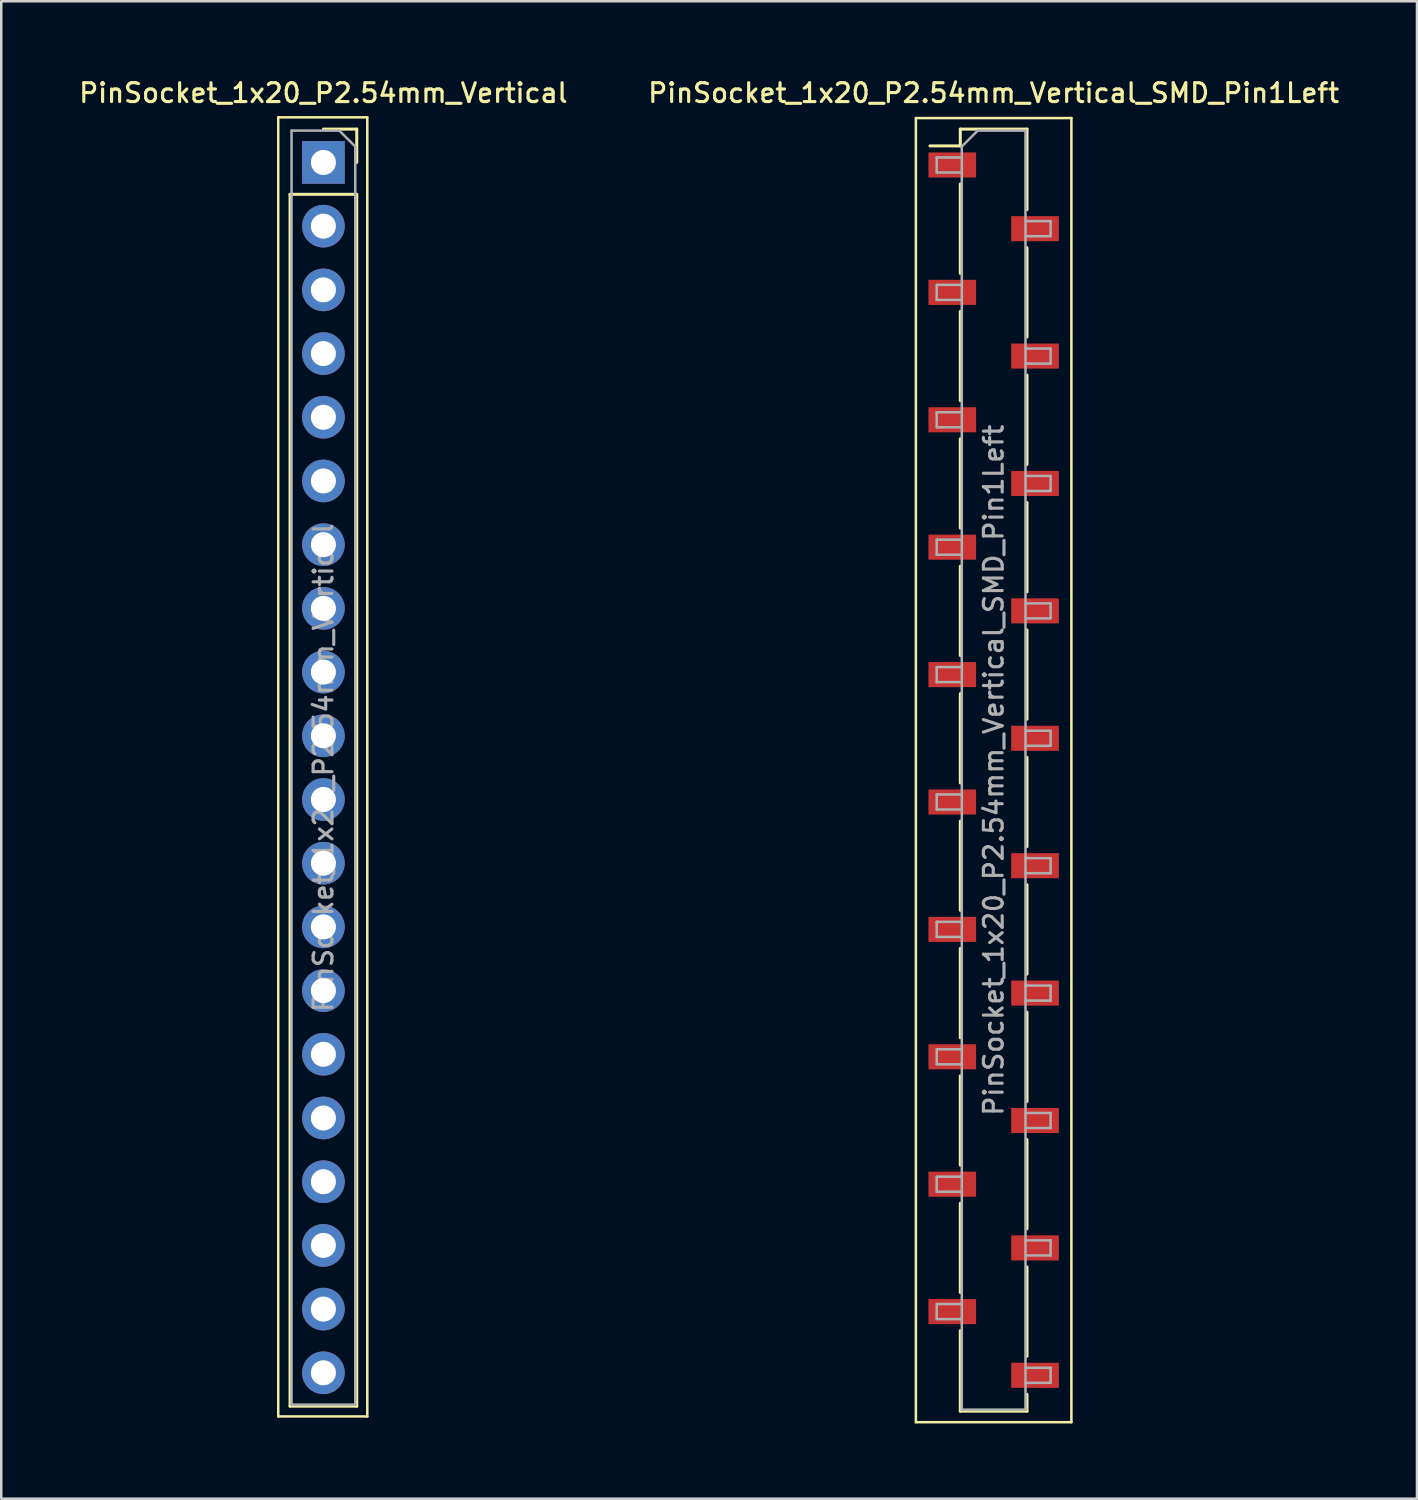
<source format=kicad_pcb>
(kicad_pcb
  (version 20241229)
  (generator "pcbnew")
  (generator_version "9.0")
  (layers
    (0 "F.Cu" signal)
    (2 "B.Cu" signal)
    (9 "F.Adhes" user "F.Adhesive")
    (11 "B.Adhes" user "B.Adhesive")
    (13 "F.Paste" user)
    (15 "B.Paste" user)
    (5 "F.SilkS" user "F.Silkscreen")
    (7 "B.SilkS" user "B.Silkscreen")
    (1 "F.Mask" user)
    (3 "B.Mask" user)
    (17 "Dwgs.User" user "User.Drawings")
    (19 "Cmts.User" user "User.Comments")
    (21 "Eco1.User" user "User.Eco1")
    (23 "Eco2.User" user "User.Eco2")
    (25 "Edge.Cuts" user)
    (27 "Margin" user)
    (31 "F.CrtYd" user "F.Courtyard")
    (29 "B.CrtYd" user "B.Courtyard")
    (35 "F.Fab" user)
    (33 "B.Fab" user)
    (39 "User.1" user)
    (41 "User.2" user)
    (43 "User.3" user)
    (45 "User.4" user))
  (footprint "PinSocket_1x20_P2.54mm_Vertical"
    (layer "F.Cu")
    (at 9.845 3.428)
    (property "Reference" "PinSocket_1x20_P2.54mm_Vertical" (at 0 -2.77 0) (layer "F.SilkS") (effects (font (size 0.75 0.75) (thickness 0.125))))
    (attr through_hole)
    (fp_line (start -1.8 -1.8) (end 1.75 -1.8) (stroke (width 0.1) (type solid)) (layer "F.SilkS"))
    (fp_line (start -1.8 50) (end -1.8 -1.8) (stroke (width 0.1) (type solid)) (layer "F.SilkS"))
    (fp_line (start -1.33 1.27) (end -1.33 49.59) (stroke (width 0.12) (type solid)) (layer "F.SilkS"))
    (fp_line (start -1.33 1.27) (end 1.33 1.27) (stroke (width 0.12) (type solid)) (layer "F.SilkS"))
    (fp_line (start -1.33 49.59) (end 1.33 49.59) (stroke (width 0.12) (type solid)) (layer "F.SilkS"))
    (fp_line (start 0 -1.33) (end 1.33 -1.33) (stroke (width 0.12) (type solid)) (layer "F.SilkS"))
    (fp_line (start 1.33 -1.33) (end 1.33 0) (stroke (width 0.12) (type solid)) (layer "F.SilkS"))
    (fp_line (start 1.33 1.27) (end 1.33 49.59) (stroke (width 0.12) (type solid)) (layer "F.SilkS"))
    (fp_line (start 1.75 -1.8) (end 1.75 50) (stroke (width 0.1) (type solid)) (layer "F.SilkS"))
    (fp_line (start 1.75 50) (end -1.8 50) (stroke (width 0.1) (type solid)) (layer "F.SilkS"))
    (fp_line (start -1.27 -1.27) (end 0.635 -1.27) (stroke (width 0.1) (type solid)) (layer "F.Fab"))
    (fp_line (start -1.27 49.53) (end -1.27 -1.27) (stroke (width 0.1) (type solid)) (layer "F.Fab"))
    (fp_line (start 0.635 -1.27) (end 1.27 -0.635) (stroke (width 0.1) (type solid)) (layer "F.Fab"))
    (fp_line (start 1.27 -0.635) (end 1.27 49.53) (stroke (width 0.1) (type solid)) (layer "F.Fab"))
    (fp_line (start 1.27 49.53) (end -1.27 49.53) (stroke (width 0.1) (type solid)) (layer "F.Fab"))
    (fp_text user "${REFERENCE}" (at 0 24.13 90) (layer "F.Fab") (effects (font (size 0.75 0.75) (thickness 0.125))))
    (pad "1" thru_hole rect (at 0 0) (size 1.7 1.7) (drill 1) (layers "*.Cu" "*.Mask"))
    (pad "2" thru_hole oval (at 0 2.54) (size 1.7 1.7) (drill 1) (layers "*.Cu" "*.Mask"))
    (pad "3" thru_hole oval (at 0 5.08) (size 1.7 1.7) (drill 1) (layers "*.Cu" "*.Mask"))
    (pad "4" thru_hole oval (at 0 7.62) (size 1.7 1.7) (drill 1) (layers "*.Cu" "*.Mask"))
    (pad "5" thru_hole oval (at 0 10.16) (size 1.7 1.7) (drill 1) (layers "*.Cu" "*.Mask"))
    (pad "6" thru_hole oval (at 0 12.7) (size 1.7 1.7) (drill 1) (layers "*.Cu" "*.Mask"))
    (pad "7" thru_hole oval (at 0 15.24) (size 1.7 1.7) (drill 1) (layers "*.Cu" "*.Mask"))
    (pad "8" thru_hole oval (at 0 17.78) (size 1.7 1.7) (drill 1) (layers "*.Cu" "*.Mask"))
    (pad "9" thru_hole oval (at 0 20.32) (size 1.7 1.7) (drill 1) (layers "*.Cu" "*.Mask"))
    (pad "10" thru_hole oval (at 0 22.86) (size 1.7 1.7) (drill 1) (layers "*.Cu" "*.Mask"))
    (pad "11" thru_hole oval (at 0 25.4) (size 1.7 1.7) (drill 1) (layers "*.Cu" "*.Mask"))
    (pad "12" thru_hole oval (at 0 27.94) (size 1.7 1.7) (drill 1) (layers "*.Cu" "*.Mask"))
    (pad "13" thru_hole oval (at 0 30.48) (size 1.7 1.7) (drill 1) (layers "*.Cu" "*.Mask"))
    (pad "14" thru_hole oval (at 0 33.02) (size 1.7 1.7) (drill 1) (layers "*.Cu" "*.Mask"))
    (pad "15" thru_hole oval (at 0 35.56) (size 1.7 1.7) (drill 1) (layers "*.Cu" "*.Mask"))
    (pad "16" thru_hole oval (at 0 38.1) (size 1.7 1.7) (drill 1) (layers "*.Cu" "*.Mask"))
    (pad "17" thru_hole oval (at 0 40.64) (size 1.7 1.7) (drill 1) (layers "*.Cu" "*.Mask"))
    (pad "18" thru_hole oval (at 0 43.18) (size 1.7 1.7) (drill 1) (layers "*.Cu" "*.Mask"))
    (pad "19" thru_hole oval (at 0 45.72) (size 1.7 1.7) (drill 1) (layers "*.Cu" "*.Mask"))
    (pad "20" thru_hole oval (at 0 48.26) (size 1.7 1.7) (drill 1) (layers "*.Cu" "*.Mask")))
  (footprint "PinSocket_1x20_P2.54mm_Vertical_SMD_Pin1Left"
    (layer "F.Cu")
    (at 36.57 27.658)
    (property "Reference" "PinSocket_1x20_P2.54mm_Vertical_SMD_Pin1Left" (at 0 -27 0) (layer "F.SilkS") (effects (font (size 0.75 0.75) (thickness 0.125))))
    (attr smd)
    (fp_line (start -3.1 -26) (end 3.1 -26) (stroke (width 0.1) (type solid)) (layer "F.SilkS"))
    (fp_line (start -3.1 26) (end -3.1 -26) (stroke (width 0.1) (type solid)) (layer "F.SilkS"))
    (fp_line (start -2.54 -24.89) (end -1.33 -24.89) (stroke (width 0.12) (type solid)) (layer "F.SilkS"))
    (fp_line (start -1.33 -25.56) (end -1.33 -24.89) (stroke (width 0.12) (type solid)) (layer "F.SilkS"))
    (fp_line (start -1.33 -25.56) (end 1.33 -25.56) (stroke (width 0.12) (type solid)) (layer "F.SilkS"))
    (fp_line (start -1.33 -23.37) (end -1.33 -19.81) (stroke (width 0.12) (type solid)) (layer "F.SilkS"))
    (fp_line (start -1.33 -18.29) (end -1.33 -14.73) (stroke (width 0.12) (type solid)) (layer "F.SilkS"))
    (fp_line (start -1.33 -13.21) (end -1.33 -9.65) (stroke (width 0.12) (type solid)) (layer "F.SilkS"))
    (fp_line (start -1.33 -8.13) (end -1.33 -4.57) (stroke (width 0.12) (type solid)) (layer "F.SilkS"))
    (fp_line (start -1.33 -3.05) (end -1.33 0.51) (stroke (width 0.12) (type solid)) (layer "F.SilkS"))
    (fp_line (start -1.33 2.03) (end -1.33 5.59) (stroke (width 0.12) (type solid)) (layer "F.SilkS"))
    (fp_line (start -1.33 7.11) (end -1.33 10.67) (stroke (width 0.12) (type solid)) (layer "F.SilkS"))
    (fp_line (start -1.33 12.19) (end -1.33 15.75) (stroke (width 0.12) (type solid)) (layer "F.SilkS"))
    (fp_line (start -1.33 17.27) (end -1.33 20.83) (stroke (width 0.12) (type solid)) (layer "F.SilkS"))
    (fp_line (start -1.33 22.35) (end -1.33 25.56) (stroke (width 0.12) (type solid)) (layer "F.SilkS"))
    (fp_line (start -1.33 25.56) (end 1.33 25.56) (stroke (width 0.12) (type solid)) (layer "F.SilkS"))
    (fp_line (start 1.33 -25.56) (end 1.33 -22.35) (stroke (width 0.12) (type solid)) (layer "F.SilkS"))
    (fp_line (start 1.33 -20.83) (end 1.33 -17.27) (stroke (width 0.12) (type solid)) (layer "F.SilkS"))
    (fp_line (start 1.33 -15.75) (end 1.33 -12.19) (stroke (width 0.12) (type solid)) (layer "F.SilkS"))
    (fp_line (start 1.33 -10.67) (end 1.33 -7.11) (stroke (width 0.12) (type solid)) (layer "F.SilkS"))
    (fp_line (start 1.33 -5.59) (end 1.33 -2.03) (stroke (width 0.12) (type solid)) (layer "F.SilkS"))
    (fp_line (start 1.33 -0.51) (end 1.33 3.05) (stroke (width 0.12) (type solid)) (layer "F.SilkS"))
    (fp_line (start 1.33 4.57) (end 1.33 8.13) (stroke (width 0.12) (type solid)) (layer "F.SilkS"))
    (fp_line (start 1.33 9.65) (end 1.33 13.21) (stroke (width 0.12) (type solid)) (layer "F.SilkS"))
    (fp_line (start 1.33 14.73) (end 1.33 18.29) (stroke (width 0.12) (type solid)) (layer "F.SilkS"))
    (fp_line (start 1.33 19.81) (end 1.33 23.37) (stroke (width 0.12) (type solid)) (layer "F.SilkS"))
    (fp_line (start 1.33 24.89) (end 1.33 25.56) (stroke (width 0.12) (type solid)) (layer "F.SilkS"))
    (fp_line (start 3.1 -26) (end 3.1 26) (stroke (width 0.1) (type solid)) (layer "F.SilkS"))
    (fp_line (start 3.1 26) (end -3.1 26) (stroke (width 0.1) (type solid)) (layer "F.SilkS"))
    (fp_line (start -2.27 -24.43) (end -1.27 -24.43) (stroke (width 0.1) (type solid)) (layer "F.Fab"))
    (fp_line (start -2.27 -23.83) (end -2.27 -24.43) (stroke (width 0.1) (type solid)) (layer "F.Fab"))
    (fp_line (start -2.27 -19.35) (end -1.27 -19.35) (stroke (width 0.1) (type solid)) (layer "F.Fab"))
    (fp_line (start -2.27 -18.75) (end -2.27 -19.35) (stroke (width 0.1) (type solid)) (layer "F.Fab"))
    (fp_line (start -2.27 -14.27) (end -1.27 -14.27) (stroke (width 0.1) (type solid)) (layer "F.Fab"))
    (fp_line (start -2.27 -13.67) (end -2.27 -14.27) (stroke (width 0.1) (type solid)) (layer "F.Fab"))
    (fp_line (start -2.27 -9.19) (end -1.27 -9.19) (stroke (width 0.1) (type solid)) (layer "F.Fab"))
    (fp_line (start -2.27 -8.59) (end -2.27 -9.19) (stroke (width 0.1) (type solid)) (layer "F.Fab"))
    (fp_line (start -2.27 -4.11) (end -1.27 -4.11) (stroke (width 0.1) (type solid)) (layer "F.Fab"))
    (fp_line (start -2.27 -3.51) (end -2.27 -4.11) (stroke (width 0.1) (type solid)) (layer "F.Fab"))
    (fp_line (start -2.27 0.97) (end -1.27 0.97) (stroke (width 0.1) (type solid)) (layer "F.Fab"))
    (fp_line (start -2.27 1.57) (end -2.27 0.97) (stroke (width 0.1) (type solid)) (layer "F.Fab"))
    (fp_line (start -2.27 6.05) (end -1.27 6.05) (stroke (width 0.1) (type solid)) (layer "F.Fab"))
    (fp_line (start -2.27 6.65) (end -2.27 6.05) (stroke (width 0.1) (type solid)) (layer "F.Fab"))
    (fp_line (start -2.27 11.13) (end -1.27 11.13) (stroke (width 0.1) (type solid)) (layer "F.Fab"))
    (fp_line (start -2.27 11.73) (end -2.27 11.13) (stroke (width 0.1) (type solid)) (layer "F.Fab"))
    (fp_line (start -2.27 16.21) (end -1.27 16.21) (stroke (width 0.1) (type solid)) (layer "F.Fab"))
    (fp_line (start -2.27 16.81) (end -2.27 16.21) (stroke (width 0.1) (type solid)) (layer "F.Fab"))
    (fp_line (start -2.27 21.29) (end -1.27 21.29) (stroke (width 0.1) (type solid)) (layer "F.Fab"))
    (fp_line (start -2.27 21.89) (end -2.27 21.29) (stroke (width 0.1) (type solid)) (layer "F.Fab"))
    (fp_line (start -1.27 -24.865) (end -0.635 -25.5) (stroke (width 0.1) (type solid)) (layer "F.Fab"))
    (fp_line (start -1.27 -23.83) (end -2.27 -23.83) (stroke (width 0.1) (type solid)) (layer "F.Fab"))
    (fp_line (start -1.27 -18.75) (end -2.27 -18.75) (stroke (width 0.1) (type solid)) (layer "F.Fab"))
    (fp_line (start -1.27 -13.67) (end -2.27 -13.67) (stroke (width 0.1) (type solid)) (layer "F.Fab"))
    (fp_line (start -1.27 -8.59) (end -2.27 -8.59) (stroke (width 0.1) (type solid)) (layer "F.Fab"))
    (fp_line (start -1.27 -3.51) (end -2.27 -3.51) (stroke (width 0.1) (type solid)) (layer "F.Fab"))
    (fp_line (start -1.27 1.57) (end -2.27 1.57) (stroke (width 0.1) (type solid)) (layer "F.Fab"))
    (fp_line (start -1.27 6.65) (end -2.27 6.65) (stroke (width 0.1) (type solid)) (layer "F.Fab"))
    (fp_line (start -1.27 11.73) (end -2.27 11.73) (stroke (width 0.1) (type solid)) (layer "F.Fab"))
    (fp_line (start -1.27 16.81) (end -2.27 16.81) (stroke (width 0.1) (type solid)) (layer "F.Fab"))
    (fp_line (start -1.27 21.89) (end -2.27 21.89) (stroke (width 0.1) (type solid)) (layer "F.Fab"))
    (fp_line (start -1.27 25.5) (end -1.27 -24.865) (stroke (width 0.1) (type solid)) (layer "F.Fab"))
    (fp_line (start -0.635 -25.5) (end 1.27 -25.5) (stroke (width 0.1) (type solid)) (layer "F.Fab"))
    (fp_line (start 1.27 -25.5) (end 1.27 25.5) (stroke (width 0.1) (type solid)) (layer "F.Fab"))
    (fp_line (start 1.27 -21.89) (end 2.27 -21.89) (stroke (width 0.1) (type solid)) (layer "F.Fab"))
    (fp_line (start 1.27 -16.81) (end 2.27 -16.81) (stroke (width 0.1) (type solid)) (layer "F.Fab"))
    (fp_line (start 1.27 -11.73) (end 2.27 -11.73) (stroke (width 0.1) (type solid)) (layer "F.Fab"))
    (fp_line (start 1.27 -6.65) (end 2.27 -6.65) (stroke (width 0.1) (type solid)) (layer "F.Fab"))
    (fp_line (start 1.27 -1.57) (end 2.27 -1.57) (stroke (width 0.1) (type solid)) (layer "F.Fab"))
    (fp_line (start 1.27 3.51) (end 2.27 3.51) (stroke (width 0.1) (type solid)) (layer "F.Fab"))
    (fp_line (start 1.27 8.59) (end 2.27 8.59) (stroke (width 0.1) (type solid)) (layer "F.Fab"))
    (fp_line (start 1.27 13.67) (end 2.27 13.67) (stroke (width 0.1) (type solid)) (layer "F.Fab"))
    (fp_line (start 1.27 18.75) (end 2.27 18.75) (stroke (width 0.1) (type solid)) (layer "F.Fab"))
    (fp_line (start 1.27 23.83) (end 2.27 23.83) (stroke (width 0.1) (type solid)) (layer "F.Fab"))
    (fp_line (start 1.27 25.5) (end -1.27 25.5) (stroke (width 0.1) (type solid)) (layer "F.Fab"))
    (fp_line (start 2.27 -21.89) (end 2.27 -21.29) (stroke (width 0.1) (type solid)) (layer "F.Fab"))
    (fp_line (start 2.27 -21.29) (end 1.27 -21.29) (stroke (width 0.1) (type solid)) (layer "F.Fab"))
    (fp_line (start 2.27 -16.81) (end 2.27 -16.21) (stroke (width 0.1) (type solid)) (layer "F.Fab"))
    (fp_line (start 2.27 -16.21) (end 1.27 -16.21) (stroke (width 0.1) (type solid)) (layer "F.Fab"))
    (fp_line (start 2.27 -11.73) (end 2.27 -11.13) (stroke (width 0.1) (type solid)) (layer "F.Fab"))
    (fp_line (start 2.27 -11.13) (end 1.27 -11.13) (stroke (width 0.1) (type solid)) (layer "F.Fab"))
    (fp_line (start 2.27 -6.65) (end 2.27 -6.05) (stroke (width 0.1) (type solid)) (layer "F.Fab"))
    (fp_line (start 2.27 -6.05) (end 1.27 -6.05) (stroke (width 0.1) (type solid)) (layer "F.Fab"))
    (fp_line (start 2.27 -1.57) (end 2.27 -0.97) (stroke (width 0.1) (type solid)) (layer "F.Fab"))
    (fp_line (start 2.27 -0.97) (end 1.27 -0.97) (stroke (width 0.1) (type solid)) (layer "F.Fab"))
    (fp_line (start 2.27 3.51) (end 2.27 4.11) (stroke (width 0.1) (type solid)) (layer "F.Fab"))
    (fp_line (start 2.27 4.11) (end 1.27 4.11) (stroke (width 0.1) (type solid)) (layer "F.Fab"))
    (fp_line (start 2.27 8.59) (end 2.27 9.19) (stroke (width 0.1) (type solid)) (layer "F.Fab"))
    (fp_line (start 2.27 9.19) (end 1.27 9.19) (stroke (width 0.1) (type solid)) (layer "F.Fab"))
    (fp_line (start 2.27 13.67) (end 2.27 14.27) (stroke (width 0.1) (type solid)) (layer "F.Fab"))
    (fp_line (start 2.27 14.27) (end 1.27 14.27) (stroke (width 0.1) (type solid)) (layer "F.Fab"))
    (fp_line (start 2.27 18.75) (end 2.27 19.35) (stroke (width 0.1) (type solid)) (layer "F.Fab"))
    (fp_line (start 2.27 19.35) (end 1.27 19.35) (stroke (width 0.1) (type solid)) (layer "F.Fab"))
    (fp_line (start 2.27 23.83) (end 2.27 24.43) (stroke (width 0.1) (type solid)) (layer "F.Fab"))
    (fp_line (start 2.27 24.43) (end 1.27 24.43) (stroke (width 0.1) (type solid)) (layer "F.Fab"))
    (fp_text user "${REFERENCE}" (at 0 0 90) (layer "F.Fab") (effects (font (size 0.75 0.75) (thickness 0.125))))
    (pad "1" smd rect (at -1.65 -24.13) (size 1.9 1) (layers "F.Cu" "F.Mask" "F.Paste"))
    (pad "2" smd rect (at 1.65 -21.59) (size 1.9 1) (layers "F.Cu" "F.Mask" "F.Paste"))
    (pad "3" smd rect (at -1.65 -19.05) (size 1.9 1) (layers "F.Cu" "F.Mask" "F.Paste"))
    (pad "4" smd rect (at 1.65 -16.51) (size 1.9 1) (layers "F.Cu" "F.Mask" "F.Paste"))
    (pad "5" smd rect (at -1.65 -13.97) (size 1.9 1) (layers "F.Cu" "F.Mask" "F.Paste"))
    (pad "6" smd rect (at 1.65 -11.43) (size 1.9 1) (layers "F.Cu" "F.Mask" "F.Paste"))
    (pad "7" smd rect (at -1.65 -8.89) (size 1.9 1) (layers "F.Cu" "F.Mask" "F.Paste"))
    (pad "8" smd rect (at 1.65 -6.35) (size 1.9 1) (layers "F.Cu" "F.Mask" "F.Paste"))
    (pad "9" smd rect (at -1.65 -3.81) (size 1.9 1) (layers "F.Cu" "F.Mask" "F.Paste"))
    (pad "10" smd rect (at 1.65 -1.27) (size 1.9 1) (layers "F.Cu" "F.Mask" "F.Paste"))
    (pad "11" smd rect (at -1.65 1.27) (size 1.9 1) (layers "F.Cu" "F.Mask" "F.Paste"))
    (pad "12" smd rect (at 1.65 3.81) (size 1.9 1) (layers "F.Cu" "F.Mask" "F.Paste"))
    (pad "13" smd rect (at -1.65 6.35) (size 1.9 1) (layers "F.Cu" "F.Mask" "F.Paste"))
    (pad "14" smd rect (at 1.65 8.89) (size 1.9 1) (layers "F.Cu" "F.Mask" "F.Paste"))
    (pad "15" smd rect (at -1.65 11.43) (size 1.9 1) (layers "F.Cu" "F.Mask" "F.Paste"))
    (pad "16" smd rect (at 1.65 13.97) (size 1.9 1) (layers "F.Cu" "F.Mask" "F.Paste"))
    (pad "17" smd rect (at -1.65 16.51) (size 1.9 1) (layers "F.Cu" "F.Mask" "F.Paste"))
    (pad "18" smd rect (at 1.65 19.05) (size 1.9 1) (layers "F.Cu" "F.Mask" "F.Paste"))
    (pad "19" smd rect (at -1.65 21.59) (size 1.9 1) (layers "F.Cu" "F.Mask" "F.Paste"))
    (pad "20" smd rect (at 1.65 24.13) (size 1.9 1) (layers "F.Cu" "F.Mask" "F.Paste")))
  (gr_rect
    (start -3 -3)
    (end 53.45 56.708)
    (stroke (width 0.1) (type default))
    (fill no)
    (layer "Edge.Cuts")))
</source>
